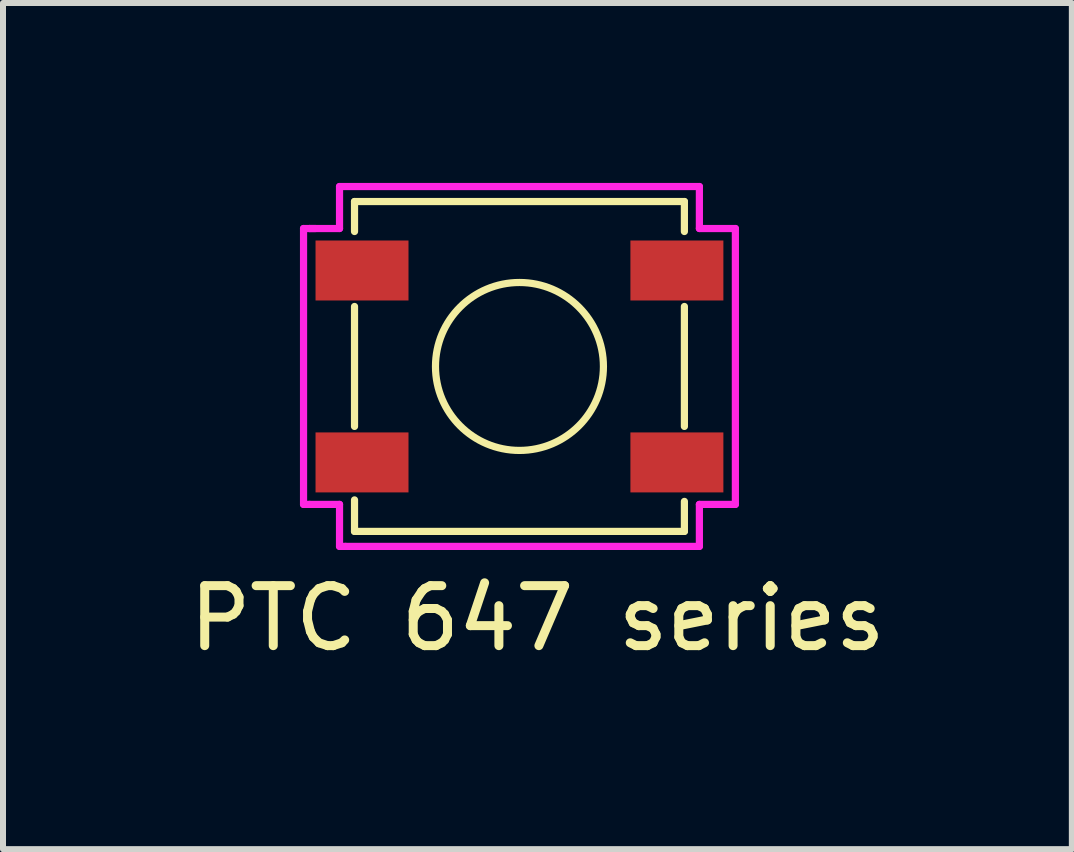
<source format=kicad_pcb>
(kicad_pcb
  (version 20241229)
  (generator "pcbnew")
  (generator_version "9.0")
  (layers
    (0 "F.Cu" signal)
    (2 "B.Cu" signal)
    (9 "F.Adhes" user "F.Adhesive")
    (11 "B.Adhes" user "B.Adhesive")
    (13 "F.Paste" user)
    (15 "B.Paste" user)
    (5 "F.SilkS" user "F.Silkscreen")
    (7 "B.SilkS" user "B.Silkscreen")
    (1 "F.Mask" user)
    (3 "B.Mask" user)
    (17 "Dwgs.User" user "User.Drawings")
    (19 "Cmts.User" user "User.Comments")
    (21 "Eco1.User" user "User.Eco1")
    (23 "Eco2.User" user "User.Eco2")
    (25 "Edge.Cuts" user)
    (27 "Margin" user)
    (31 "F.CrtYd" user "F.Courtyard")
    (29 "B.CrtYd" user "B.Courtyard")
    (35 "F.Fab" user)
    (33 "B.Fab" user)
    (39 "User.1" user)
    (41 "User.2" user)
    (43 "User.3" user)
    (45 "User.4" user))
  (footprint "PTC 647 series"
    (layer "F.Cu")
    (at 5.611 3.06)
    (property "Reference" "PTC 647 series" (at 0.3 4.2 0) (layer "F.SilkS") (effects (font (size 1 1) (thickness 0.15))))
    (attr through_hole)
    (fp_line (start -2.75 -2.75) (end -2.75 -2.25) (stroke (width 0.12) (type solid)) (layer "F.SilkS"))
    (fp_line (start -2.75 -2.75) (end 2.75 -2.75) (stroke (width 0.12) (type solid)) (layer "F.SilkS"))
    (fp_line (start -2.75 1) (end -2.75 -1) (stroke (width 0.12) (type solid)) (layer "F.SilkS"))
    (fp_line (start -2.75 2.75) (end -2.75 2.225) (stroke (width 0.12) (type solid)) (layer "F.SilkS"))
    (fp_line (start 2.75 -2.75) (end 2.75 -2.25) (stroke (width 0.12) (type solid)) (layer "F.SilkS"))
    (fp_line (start 2.75 -1) (end 2.75 1) (stroke (width 0.12) (type solid)) (layer "F.SilkS"))
    (fp_line (start 2.75 2.75) (end -2.75 2.75) (stroke (width 0.12) (type solid)) (layer "F.SilkS"))
    (fp_line (start 2.75 2.75) (end 2.75 2.25) (stroke (width 0.12) (type solid)) (layer "F.SilkS"))
    (fp_circle (center 0 0) (end 0 -1.4) (stroke (width 0.12) (type solid)) (fill no) (layer "F.SilkS"))
    (fp_line (start -3.6 -2.3) (end -3.5 -2.3) (stroke (width 0.12) (type solid)) (layer "F.CrtYd"))
    (fp_line (start -3.6 2.3) (end -3.6 -2.3) (stroke (width 0.12) (type solid)) (layer "F.CrtYd"))
    (fp_line (start -3.5 -2.3) (end -3.4 -2.3) (stroke (width 0.12) (type solid)) (layer "F.CrtYd"))
    (fp_line (start -3.5 -2.3) (end -3 -2.3) (stroke (width 0.12) (type solid)) (layer "F.CrtYd"))
    (fp_line (start -3.5 2.3) (end -3.6 2.3) (stroke (width 0.12) (type solid)) (layer "F.CrtYd"))
    (fp_line (start -3 -3) (end 3 -3) (stroke (width 0.12) (type solid)) (layer "F.CrtYd"))
    (fp_line (start -3 -2.3) (end -3 -3) (stroke (width 0.12) (type solid)) (layer "F.CrtYd"))
    (fp_line (start -3 2.3) (end -3.5 2.3) (stroke (width 0.12) (type solid)) (layer "F.CrtYd"))
    (fp_line (start -3 3) (end -3 2.3) (stroke (width 0.12) (type solid)) (layer "F.CrtYd"))
    (fp_line (start -2.9 3) (end -3 3) (stroke (width 0.12) (type solid)) (layer "F.CrtYd"))
    (fp_line (start 3 -3) (end 3 -2.3) (stroke (width 0.12) (type solid)) (layer "F.CrtYd"))
    (fp_line (start 3 -2.3) (end 3.6 -2.3) (stroke (width 0.12) (type solid)) (layer "F.CrtYd"))
    (fp_line (start 3 2.3) (end 3 3) (stroke (width 0.12) (type solid)) (layer "F.CrtYd"))
    (fp_line (start 3 3) (end -2.9 3) (stroke (width 0.12) (type solid)) (layer "F.CrtYd"))
    (fp_line (start 3.6 -2.3) (end 3.6 2.3) (stroke (width 0.12) (type solid)) (layer "F.CrtYd"))
    (fp_line (start 3.6 2.3) (end 3 2.3) (stroke (width 0.12) (type solid)) (layer "F.CrtYd"))
    (pad "1" smd rect (at -2.625 -1.6) (size 1.55 1) (layers "F.Cu" "F.Mask" "F.Paste"))
    (pad "2" smd rect (at 2.625 -1.6) (size 1.55 1) (layers "*.Mask" "F.Cu" "F.Paste"))
    (pad "3" smd rect (at -2.625 1.6) (size 1.55 1) (layers "F.Cu" "F.Mask" "F.Paste"))
    (pad "4" smd rect (at 2.625 1.6) (size 1.55 1) (layers "F.Cu" "F.Mask" "F.Paste")))
  (gr_rect
    (start -3 -3)
    (end 14.821 11.108)
    (stroke (width 0.1) (type default))
    (fill no)
    (layer "Edge.Cuts")))
</source>
